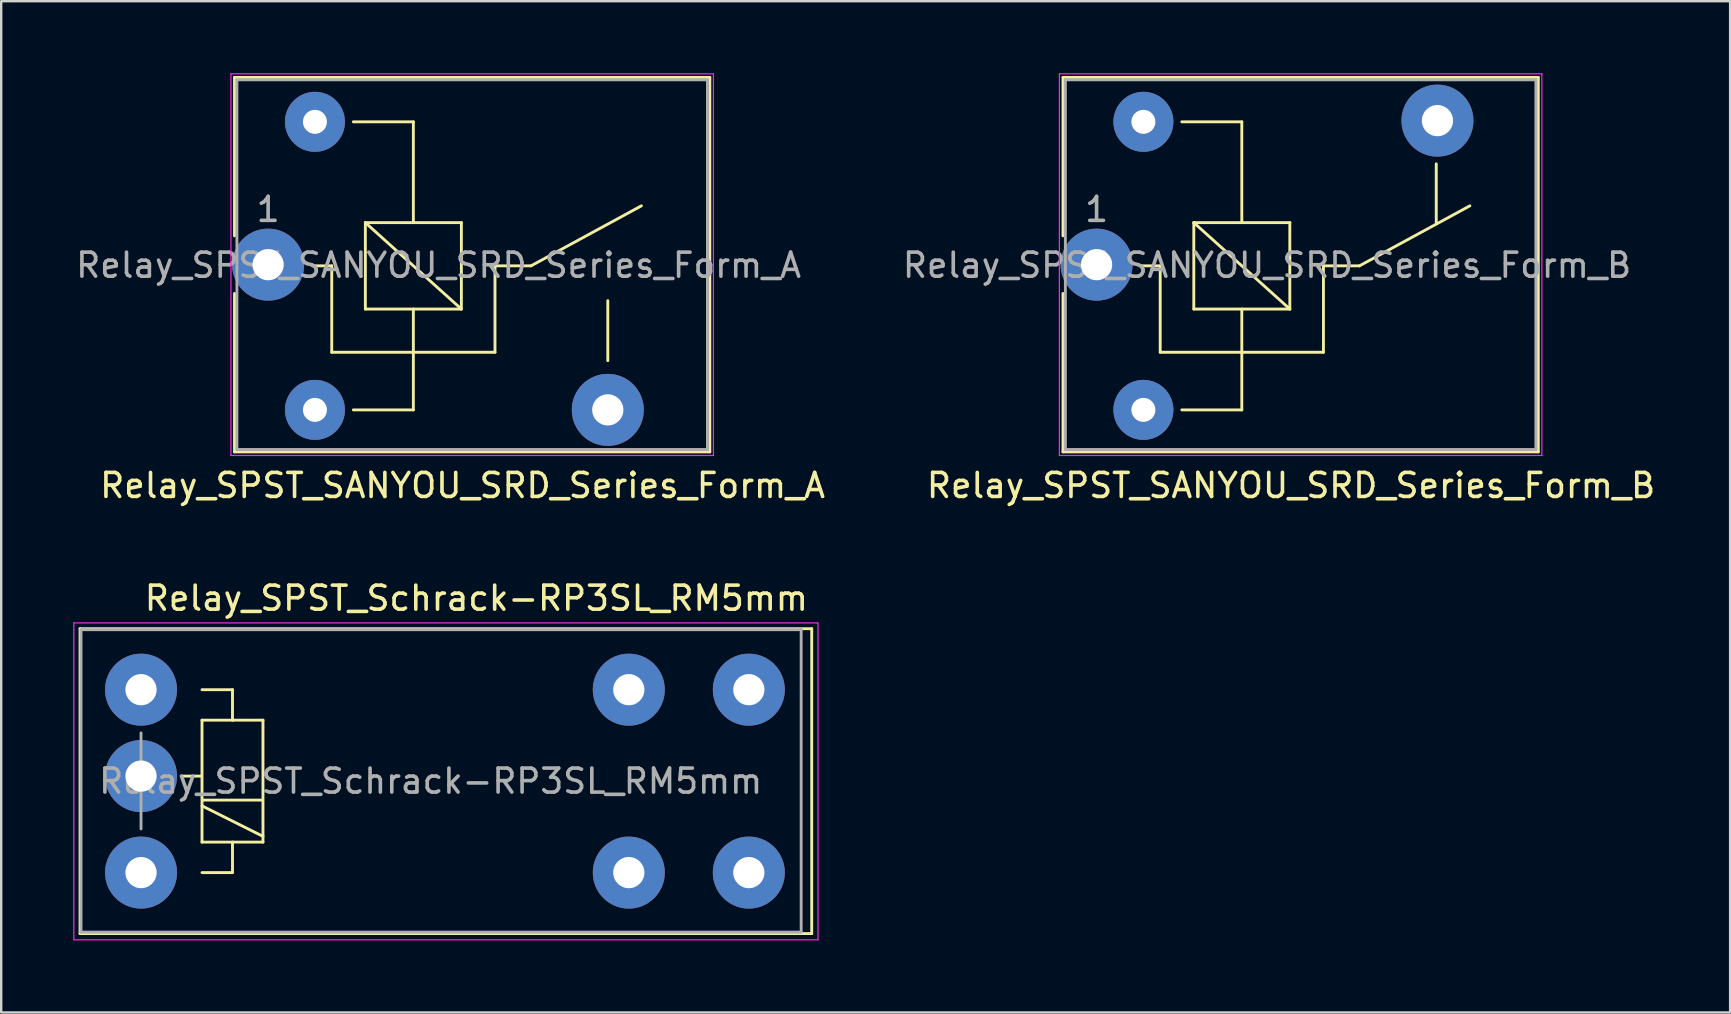
<source format=kicad_pcb>
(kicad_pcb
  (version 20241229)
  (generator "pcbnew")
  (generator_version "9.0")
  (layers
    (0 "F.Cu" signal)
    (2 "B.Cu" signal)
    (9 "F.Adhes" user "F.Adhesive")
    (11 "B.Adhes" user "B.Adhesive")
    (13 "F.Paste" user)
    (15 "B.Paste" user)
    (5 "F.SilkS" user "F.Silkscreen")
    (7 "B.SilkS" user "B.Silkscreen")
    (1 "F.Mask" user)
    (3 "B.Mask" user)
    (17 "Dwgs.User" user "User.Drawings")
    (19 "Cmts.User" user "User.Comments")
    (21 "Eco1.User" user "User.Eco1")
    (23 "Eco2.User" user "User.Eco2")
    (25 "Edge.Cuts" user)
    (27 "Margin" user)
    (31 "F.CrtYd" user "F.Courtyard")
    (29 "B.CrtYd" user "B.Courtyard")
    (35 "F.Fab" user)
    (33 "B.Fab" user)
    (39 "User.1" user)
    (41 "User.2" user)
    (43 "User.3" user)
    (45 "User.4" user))
  (footprint "Relay_SPST_Schrack-RP3SL_RM5mm"
    (layer "F.Cu")
    (at 2.825 25.681)
    (property "Reference" "Relay_SPST_Schrack-RP3SL_RM5mm" (at 13.97 -3.81 0) (layer "F.SilkS") (effects (font (size 1 1) (thickness 0.15))))
    (attr through_hole)
    (fp_line (start -2.54 -2.54) (end 27.94 -2.54) (stroke (width 0.12) (type solid)) (layer "F.SilkS"))
    (fp_line (start -2.54 10.16) (end -2.54 -2.54) (stroke (width 0.12) (type solid)) (layer "F.SilkS"))
    (fp_line (start 2.5 3.6) (end 1.7 3.6) (stroke (width 0.12) (type solid)) (layer "F.SilkS"))
    (fp_line (start 2.54 0) (end 3.81 0) (stroke (width 0.12) (type solid)) (layer "F.SilkS"))
    (fp_line (start 2.54 1.27) (end 3.81 1.27) (stroke (width 0.12) (type solid)) (layer "F.SilkS"))
    (fp_line (start 2.54 4.84) (end 5.08 6.11) (stroke (width 0.12) (type solid)) (layer "F.SilkS"))
    (fp_line (start 2.54 6.35) (end 2.54 1.27) (stroke (width 0.12) (type solid)) (layer "F.SilkS"))
    (fp_line (start 2.6 4.6) (end 5 4.6) (stroke (width 0.12) (type solid)) (layer "F.SilkS"))
    (fp_line (start 3.81 0) (end 3.81 1.27) (stroke (width 0.12) (type solid)) (layer "F.SilkS"))
    (fp_line (start 3.81 1.27) (end 5.08 1.27) (stroke (width 0.12) (type solid)) (layer "F.SilkS"))
    (fp_line (start 3.81 6.35) (end 3.81 7.62) (stroke (width 0.12) (type solid)) (layer "F.SilkS"))
    (fp_line (start 3.81 7.62) (end 2.54 7.62) (stroke (width 0.12) (type solid)) (layer "F.SilkS"))
    (fp_line (start 5.08 1.27) (end 5.08 6.35) (stroke (width 0.12) (type solid)) (layer "F.SilkS"))
    (fp_line (start 5.08 6.35) (end 2.54 6.35) (stroke (width 0.12) (type solid)) (layer "F.SilkS"))
    (fp_line (start 27.94 -2.54) (end 27.94 10.16) (stroke (width 0.12) (type solid)) (layer "F.SilkS"))
    (fp_line (start 27.94 10.16) (end -2.54 10.16) (stroke (width 0.12) (type solid)) (layer "F.SilkS"))
    (fp_line (start -2.8 -2.78) (end 28.2 -2.78) (stroke (width 0.05) (type solid)) (layer "F.CrtYd"))
    (fp_line (start -2.8 10.42) (end -2.8 -2.78) (stroke (width 0.05) (type solid)) (layer "F.CrtYd"))
    (fp_line (start 28.2 -2.78) (end 28.2 10.42) (stroke (width 0.05) (type solid)) (layer "F.CrtYd"))
    (fp_line (start 28.2 10.42) (end -2.8 10.42) (stroke (width 0.05) (type solid)) (layer "F.CrtYd"))
    (fp_line (start -2.5 -2.5) (end 27.5 -2.5) (stroke (width 0.12) (type solid)) (layer "F.Fab"))
    (fp_line (start -2.5 10.1) (end -2.5 -2.5) (stroke (width 0.12) (type solid)) (layer "F.Fab"))
    (fp_line (start 0 1.8) (end 0 5.8) (stroke (width 0.12) (type solid)) (layer "F.Fab"))
    (fp_line (start 27.5 -2.5) (end 27.5 10.1) (stroke (width 0.12) (type solid)) (layer "F.Fab"))
    (fp_line (start 27.5 10.1) (end -2.5 10.1) (stroke (width 0.12) (type solid)) (layer "F.Fab"))
    (fp_text user "${REFERENCE}" (at 12.065 3.81 0) (layer "F.Fab") (effects (font (size 1 1) (thickness 0.15))))
    (pad "11" thru_hole circle (at 20.32 0) (size 3 3) (drill 1.3) (layers "*.Cu" "*.Mask"))
    (pad "11" thru_hole circle (at 20.32 7.62) (size 3 3) (drill 1.3) (layers "*.Cu" "*.Mask"))
    (pad "14" thru_hole circle (at 25.32 0) (size 3 3) (drill 1.3) (layers "*.Cu" "*.Mask"))
    (pad "14" thru_hole circle (at 25.32 7.62) (size 3 3) (drill 1.3) (layers "*.Cu" "*.Mask"))
    (pad "A1" thru_hole circle (at 0 0) (size 3 3) (drill 1.3) (layers "*.Cu" "*.Mask"))
    (pad "A2" thru_hole circle (at 0 7.62) (size 3 3) (drill 1.3) (layers "*.Cu" "*.Mask"))
    (pad "A3" thru_hole circle (at 0 3.6) (size 3 3) (drill 1.3) (layers "*.Cu" "*.Mask")))
  (footprint "Relay_SPST_SANYOU_SRD_Series_Form_A"
    (layer "F.Cu")
    (at 8.12 7.975)
    (property "Reference" "Relay_SPST_SANYOU_SRD_Series_Form_A" (at 8.1 9.2 0) (layer "F.SilkS") (effects (font (size 1 1) (thickness 0.15))))
    (attr through_hole)
    (fp_line (start -1.4 -7.8) (end -1.4 -1.2) (stroke (width 0.12) (type solid)) (layer "F.SilkS"))
    (fp_line (start -1.4 -7.8) (end 18.4 -7.8) (stroke (width 0.12) (type solid)) (layer "F.SilkS"))
    (fp_line (start -1.4 1.2) (end -1.4 7.8) (stroke (width 0.12) (type solid)) (layer "F.SilkS"))
    (fp_line (start 2.65 0.05) (end 1.85 0.05) (stroke (width 0.12) (type solid)) (layer "F.SilkS"))
    (fp_line (start 2.65 0.05) (end 2.65 3.65) (stroke (width 0.12) (type solid)) (layer "F.SilkS"))
    (fp_line (start 3.55 6.05) (end 6.05 6.05) (stroke (width 0.12) (type solid)) (layer "F.SilkS"))
    (fp_line (start 4.05 -1.75) (end 8.05 -1.75) (stroke (width 0.12) (type solid)) (layer "F.SilkS"))
    (fp_line (start 4.05 1.85) (end 4.05 -1.75) (stroke (width 0.12) (type solid)) (layer "F.SilkS"))
    (fp_line (start 6.05 -5.95) (end 3.55 -5.95) (stroke (width 0.12) (type solid)) (layer "F.SilkS"))
    (fp_line (start 6.05 -5.95) (end 6.05 -1.75) (stroke (width 0.12) (type solid)) (layer "F.SilkS"))
    (fp_line (start 6.05 1.85) (end 6.05 6.05) (stroke (width 0.12) (type solid)) (layer "F.SilkS"))
    (fp_line (start 8.05 -1.75) (end 8.05 1.85) (stroke (width 0.12) (type solid)) (layer "F.SilkS"))
    (fp_line (start 8.05 1.85) (end 4.05 -1.75) (stroke (width 0.12) (type solid)) (layer "F.SilkS"))
    (fp_line (start 8.05 1.85) (end 4.05 1.85) (stroke (width 0.12) (type solid)) (layer "F.SilkS"))
    (fp_line (start 9.45 0.05) (end 9.45 3.65) (stroke (width 0.12) (type solid)) (layer "F.SilkS"))
    (fp_line (start 9.45 0.05) (end 10.95 0.05) (stroke (width 0.12) (type solid)) (layer "F.SilkS"))
    (fp_line (start 9.45 3.65) (end 2.65 3.65) (stroke (width 0.12) (type solid)) (layer "F.SilkS"))
    (fp_line (start 10.95 0.05) (end 15.55 -2.45) (stroke (width 0.12) (type solid)) (layer "F.SilkS"))
    (fp_line (start 14.15 1.5) (end 14.15 4) (stroke (width 0.12) (type solid)) (layer "F.SilkS"))
    (fp_line (start 18.4 -7.8) (end 18.4 7.8) (stroke (width 0.12) (type solid)) (layer "F.SilkS"))
    (fp_line (start 18.4 7.8) (end -1.4 7.8) (stroke (width 0.12) (type solid)) (layer "F.SilkS"))
    (fp_line (start -1.55 7.95) (end -1.55 -7.95) (stroke (width 0.05) (type solid)) (layer "F.CrtYd"))
    (fp_line (start -1.55 7.95) (end 18.55 7.95) (stroke (width 0.05) (type solid)) (layer "F.CrtYd"))
    (fp_line (start 18.55 -7.95) (end -1.55 -7.95) (stroke (width 0.05) (type solid)) (layer "F.CrtYd"))
    (fp_line (start 18.55 -7.95) (end 18.55 7.95) (stroke (width 0.05) (type solid)) (layer "F.CrtYd"))
    (fp_line (start -1.3 -7.7) (end 18.3 -7.7) (stroke (width 0.12) (type solid)) (layer "F.Fab"))
    (fp_line (start -1.3 7.7) (end -1.3 -7.7) (stroke (width 0.12) (type solid)) (layer "F.Fab"))
    (fp_line (start 18.3 -7.7) (end 18.3 7.7) (stroke (width 0.12) (type solid)) (layer "F.Fab"))
    (fp_line (start 18.3 7.7) (end -1.3 7.7) (stroke (width 0.12) (type solid)) (layer "F.Fab"))
    (fp_text user "${REFERENCE}" (at 7.1 0.025 0) (layer "F.Fab") (effects (font (size 1 1) (thickness 0.15))))
    (fp_text user "1" (at 0 -2.3 0) (layer "F.Fab") (effects (font (size 1 1) (thickness 0.15))))
    (pad "1" thru_hole circle (at 0 0 90) (size 3 3) (drill 1.3) (layers "*.Cu" "*.Mask"))
    (pad "2" thru_hole circle (at 1.95 6.05 90) (size 2.5 2.5) (drill 1) (layers "*.Cu" "*.Mask"))
    (pad "3" thru_hole circle (at 14.15 6.05 90) (size 3 3) (drill 1.3) (layers "*.Cu" "*.Mask"))
    (pad "5" thru_hole circle (at 1.95 -5.95 90) (size 2.5 2.5) (drill 1) (layers "*.Cu" "*.Mask")))
  (footprint "Relay_SPST_SANYOU_SRD_Series_Form_B"
    (layer "F.Cu")
    (at 42.632 7.975)
    (property "Reference" "Relay_SPST_SANYOU_SRD_Series_Form_B" (at 8.1 9.2 0) (layer "F.SilkS") (effects (font (size 1 1) (thickness 0.15))))
    (attr through_hole)
    (fp_line (start -1.4 -7.8) (end -1.4 -1.2) (stroke (width 0.12) (type solid)) (layer "F.SilkS"))
    (fp_line (start -1.4 -7.8) (end 18.4 -7.8) (stroke (width 0.12) (type solid)) (layer "F.SilkS"))
    (fp_line (start -1.4 1.2) (end -1.4 7.8) (stroke (width 0.12) (type solid)) (layer "F.SilkS"))
    (fp_line (start 2.65 0.05) (end 1.85 0.05) (stroke (width 0.12) (type solid)) (layer "F.SilkS"))
    (fp_line (start 2.65 0.05) (end 2.65 3.65) (stroke (width 0.12) (type solid)) (layer "F.SilkS"))
    (fp_line (start 3.55 6.05) (end 6.05 6.05) (stroke (width 0.12) (type solid)) (layer "F.SilkS"))
    (fp_line (start 4.05 -1.75) (end 8.05 -1.75) (stroke (width 0.12) (type solid)) (layer "F.SilkS"))
    (fp_line (start 4.05 1.85) (end 4.05 -1.75) (stroke (width 0.12) (type solid)) (layer "F.SilkS"))
    (fp_line (start 6.05 -5.95) (end 3.55 -5.95) (stroke (width 0.12) (type solid)) (layer "F.SilkS"))
    (fp_line (start 6.05 -5.95) (end 6.05 -1.75) (stroke (width 0.12) (type solid)) (layer "F.SilkS"))
    (fp_line (start 6.05 1.85) (end 6.05 6.05) (stroke (width 0.12) (type solid)) (layer "F.SilkS"))
    (fp_line (start 8.05 -1.75) (end 8.05 1.85) (stroke (width 0.12) (type solid)) (layer "F.SilkS"))
    (fp_line (start 8.05 1.85) (end 4.05 -1.75) (stroke (width 0.12) (type solid)) (layer "F.SilkS"))
    (fp_line (start 8.05 1.85) (end 4.05 1.85) (stroke (width 0.12) (type solid)) (layer "F.SilkS"))
    (fp_line (start 9.45 0.05) (end 9.45 3.65) (stroke (width 0.12) (type solid)) (layer "F.SilkS"))
    (fp_line (start 9.45 0.05) (end 10.95 0.05) (stroke (width 0.12) (type solid)) (layer "F.SilkS"))
    (fp_line (start 9.45 3.65) (end 2.65 3.65) (stroke (width 0.12) (type solid)) (layer "F.SilkS"))
    (fp_line (start 10.95 0.05) (end 15.55 -2.45) (stroke (width 0.12) (type solid)) (layer "F.SilkS"))
    (fp_line (start 14.15 -4.2) (end 14.15 -1.7) (stroke (width 0.12) (type solid)) (layer "F.SilkS"))
    (fp_line (start 18.4 -7.8) (end 18.4 7.8) (stroke (width 0.12) (type solid)) (layer "F.SilkS"))
    (fp_line (start 18.4 7.8) (end -1.4 7.8) (stroke (width 0.12) (type solid)) (layer "F.SilkS"))
    (fp_line (start -1.55 7.95) (end -1.55 -7.95) (stroke (width 0.05) (type solid)) (layer "F.CrtYd"))
    (fp_line (start -1.55 7.95) (end 18.55 7.95) (stroke (width 0.05) (type solid)) (layer "F.CrtYd"))
    (fp_line (start 18.55 -7.95) (end -1.55 -7.95) (stroke (width 0.05) (type solid)) (layer "F.CrtYd"))
    (fp_line (start 18.55 -7.95) (end 18.55 7.95) (stroke (width 0.05) (type solid)) (layer "F.CrtYd"))
    (fp_line (start -1.3 -7.7) (end 18.3 -7.7) (stroke (width 0.12) (type solid)) (layer "F.Fab"))
    (fp_line (start -1.3 7.7) (end -1.3 -7.7) (stroke (width 0.12) (type solid)) (layer "F.Fab"))
    (fp_line (start 18.3 -7.7) (end 18.3 7.7) (stroke (width 0.12) (type solid)) (layer "F.Fab"))
    (fp_line (start 18.3 7.7) (end -1.3 7.7) (stroke (width 0.12) (type solid)) (layer "F.Fab"))
    (fp_text user "${REFERENCE}" (at 7.1 0.025 0) (layer "F.Fab") (effects (font (size 1 1) (thickness 0.15))))
    (fp_text user "1" (at 0 -2.3 0) (layer "F.Fab") (effects (font (size 1 1) (thickness 0.15))))
    (pad "1" thru_hole circle (at 0 0 90) (size 3 3) (drill 1.3) (layers "*.Cu" "*.Mask"))
    (pad "2" thru_hole circle (at 1.95 6.05 90) (size 2.5 2.5) (drill 1) (layers "*.Cu" "*.Mask"))
    (pad "4" thru_hole circle (at 14.2 -6 90) (size 3 3) (drill 1.3) (layers "*.Cu" "*.Mask"))
    (pad "5" thru_hole circle (at 1.95 -5.95 90) (size 2.5 2.5) (drill 1) (layers "*.Cu" "*.Mask")))
  (gr_rect
    (start -3 -3)
    (end 69.024 39.127)
    (stroke (width 0.1) (type default))
    (fill no)
    (layer "Edge.Cuts")))
</source>
